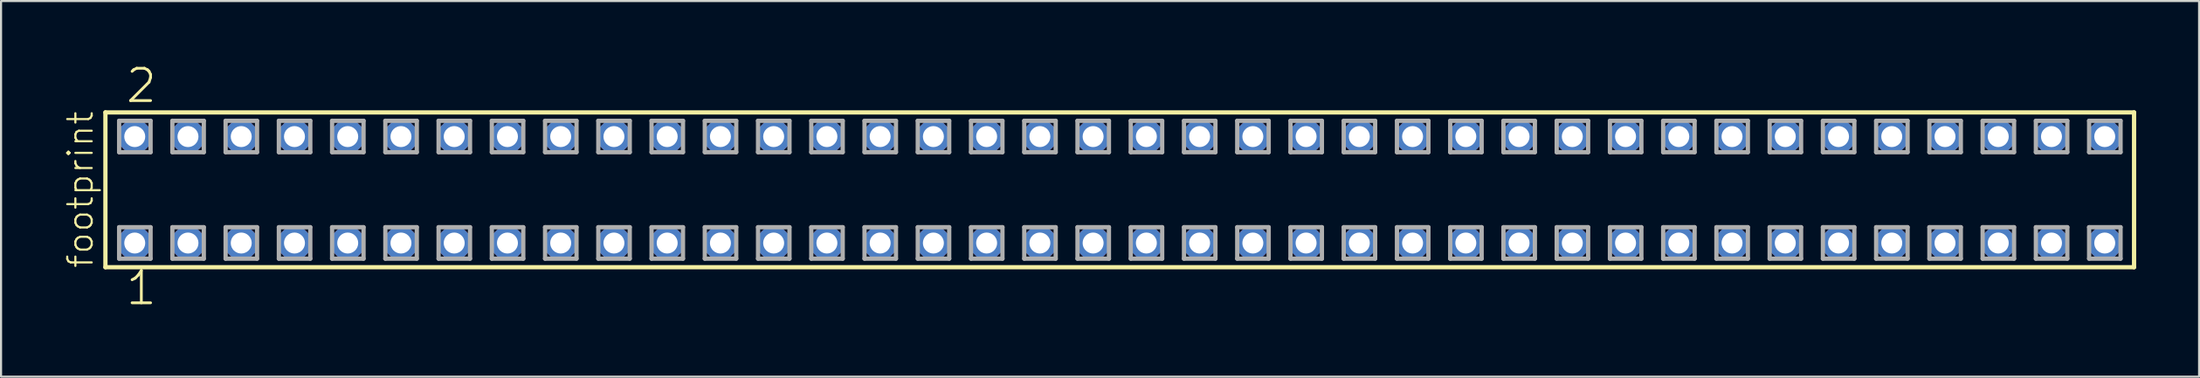
<source format=kicad_pcb>
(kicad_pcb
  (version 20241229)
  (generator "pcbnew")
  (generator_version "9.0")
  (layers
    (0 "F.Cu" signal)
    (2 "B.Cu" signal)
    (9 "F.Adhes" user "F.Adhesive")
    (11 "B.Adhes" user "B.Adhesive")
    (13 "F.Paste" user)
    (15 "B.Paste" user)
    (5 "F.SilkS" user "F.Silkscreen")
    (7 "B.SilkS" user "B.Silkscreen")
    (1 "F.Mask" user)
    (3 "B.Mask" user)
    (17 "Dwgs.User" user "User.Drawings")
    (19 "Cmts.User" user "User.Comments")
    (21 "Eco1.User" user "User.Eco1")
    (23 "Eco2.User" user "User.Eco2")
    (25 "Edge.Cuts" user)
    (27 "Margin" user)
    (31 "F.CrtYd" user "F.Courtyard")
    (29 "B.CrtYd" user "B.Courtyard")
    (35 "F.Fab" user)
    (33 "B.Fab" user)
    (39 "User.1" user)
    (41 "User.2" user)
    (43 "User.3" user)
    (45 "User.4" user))
  (footprint "footprint"
    (layer "F.Cu")
    (at 50.368 6.009)
    (property "Reference" "footprint" (at -48.895 3.81 90) (layer "F.SilkS") (effects (font (size 1.168 1.168) (thickness 0.102)) (justify left bottom)))
    (fp_line (start -48.389 -3.695) (end 48.389 -3.695) (stroke (width 0.203) (type solid)) (layer "F.SilkS"))
    (fp_line (start -48.389 3.695) (end -48.389 -3.695) (stroke (width 0.203) (type solid)) (layer "F.SilkS"))
    (fp_line (start 48.389 -3.695) (end 48.389 3.695) (stroke (width 0.203) (type solid)) (layer "F.SilkS"))
    (fp_line (start 48.389 3.695) (end -48.389 3.695) (stroke (width 0.203) (type solid)) (layer "F.SilkS"))
    (fp_line (start -47.735 -3.295) (end -46.235 -3.295) (stroke (width 0.203) (type solid)) (layer "F.Fab"))
    (fp_line (start -47.735 -1.795) (end -47.735 -3.295) (stroke (width 0.203) (type solid)) (layer "F.Fab"))
    (fp_line (start -47.735 1.785) (end -46.235 1.785) (stroke (width 0.203) (type solid)) (layer "F.Fab"))
    (fp_line (start -47.735 3.285) (end -47.735 1.785) (stroke (width 0.203) (type solid)) (layer "F.Fab"))
    (fp_line (start -46.235 -3.295) (end -46.235 -1.795) (stroke (width 0.203) (type solid)) (layer "F.Fab"))
    (fp_line (start -46.235 -1.795) (end -47.735 -1.795) (stroke (width 0.203) (type solid)) (layer "F.Fab"))
    (fp_line (start -46.235 1.785) (end -46.235 3.285) (stroke (width 0.203) (type solid)) (layer "F.Fab"))
    (fp_line (start -46.235 3.285) (end -47.735 3.285) (stroke (width 0.203) (type solid)) (layer "F.Fab"))
    (fp_line (start -45.195 -3.295) (end -43.695 -3.295) (stroke (width 0.203) (type solid)) (layer "F.Fab"))
    (fp_line (start -45.195 -1.795) (end -45.195 -3.295) (stroke (width 0.203) (type solid)) (layer "F.Fab"))
    (fp_line (start -45.195 1.785) (end -43.695 1.785) (stroke (width 0.203) (type solid)) (layer "F.Fab"))
    (fp_line (start -45.195 3.285) (end -45.195 1.785) (stroke (width 0.203) (type solid)) (layer "F.Fab"))
    (fp_line (start -43.695 -3.295) (end -43.695 -1.795) (stroke (width 0.203) (type solid)) (layer "F.Fab"))
    (fp_line (start -43.695 -1.795) (end -45.195 -1.795) (stroke (width 0.203) (type solid)) (layer "F.Fab"))
    (fp_line (start -43.695 1.785) (end -43.695 3.285) (stroke (width 0.203) (type solid)) (layer "F.Fab"))
    (fp_line (start -43.695 3.285) (end -45.195 3.285) (stroke (width 0.203) (type solid)) (layer "F.Fab"))
    (fp_line (start -42.655 -3.295) (end -41.155 -3.295) (stroke (width 0.203) (type solid)) (layer "F.Fab"))
    (fp_line (start -42.655 -1.795) (end -42.655 -3.295) (stroke (width 0.203) (type solid)) (layer "F.Fab"))
    (fp_line (start -42.655 1.785) (end -41.155 1.785) (stroke (width 0.203) (type solid)) (layer "F.Fab"))
    (fp_line (start -42.655 3.285) (end -42.655 1.785) (stroke (width 0.203) (type solid)) (layer "F.Fab"))
    (fp_line (start -41.155 -3.295) (end -41.155 -1.795) (stroke (width 0.203) (type solid)) (layer "F.Fab"))
    (fp_line (start -41.155 -1.795) (end -42.655 -1.795) (stroke (width 0.203) (type solid)) (layer "F.Fab"))
    (fp_line (start -41.155 1.785) (end -41.155 3.285) (stroke (width 0.203) (type solid)) (layer "F.Fab"))
    (fp_line (start -41.155 3.285) (end -42.655 3.285) (stroke (width 0.203) (type solid)) (layer "F.Fab"))
    (fp_line (start -40.115 -3.295) (end -38.615 -3.295) (stroke (width 0.203) (type solid)) (layer "F.Fab"))
    (fp_line (start -40.115 -1.795) (end -40.115 -3.295) (stroke (width 0.203) (type solid)) (layer "F.Fab"))
    (fp_line (start -40.115 1.785) (end -38.615 1.785) (stroke (width 0.203) (type solid)) (layer "F.Fab"))
    (fp_line (start -40.115 3.285) (end -40.115 1.785) (stroke (width 0.203) (type solid)) (layer "F.Fab"))
    (fp_line (start -38.615 -3.295) (end -38.615 -1.795) (stroke (width 0.203) (type solid)) (layer "F.Fab"))
    (fp_line (start -38.615 -1.795) (end -40.115 -1.795) (stroke (width 0.203) (type solid)) (layer "F.Fab"))
    (fp_line (start -38.615 1.785) (end -38.615 3.285) (stroke (width 0.203) (type solid)) (layer "F.Fab"))
    (fp_line (start -38.615 3.285) (end -40.115 3.285) (stroke (width 0.203) (type solid)) (layer "F.Fab"))
    (fp_line (start -37.575 -3.295) (end -36.075 -3.295) (stroke (width 0.203) (type solid)) (layer "F.Fab"))
    (fp_line (start -37.575 -1.795) (end -37.575 -3.295) (stroke (width 0.203) (type solid)) (layer "F.Fab"))
    (fp_line (start -37.575 1.785) (end -36.075 1.785) (stroke (width 0.203) (type solid)) (layer "F.Fab"))
    (fp_line (start -37.575 3.285) (end -37.575 1.785) (stroke (width 0.203) (type solid)) (layer "F.Fab"))
    (fp_line (start -36.075 -3.295) (end -36.075 -1.795) (stroke (width 0.203) (type solid)) (layer "F.Fab"))
    (fp_line (start -36.075 -1.795) (end -37.575 -1.795) (stroke (width 0.203) (type solid)) (layer "F.Fab"))
    (fp_line (start -36.075 1.785) (end -36.075 3.285) (stroke (width 0.203) (type solid)) (layer "F.Fab"))
    (fp_line (start -36.075 3.285) (end -37.575 3.285) (stroke (width 0.203) (type solid)) (layer "F.Fab"))
    (fp_line (start -35.035 -3.295) (end -33.535 -3.295) (stroke (width 0.203) (type solid)) (layer "F.Fab"))
    (fp_line (start -35.035 -1.795) (end -35.035 -3.295) (stroke (width 0.203) (type solid)) (layer "F.Fab"))
    (fp_line (start -35.035 1.785) (end -33.535 1.785) (stroke (width 0.203) (type solid)) (layer "F.Fab"))
    (fp_line (start -35.035 3.285) (end -35.035 1.785) (stroke (width 0.203) (type solid)) (layer "F.Fab"))
    (fp_line (start -33.535 -3.295) (end -33.535 -1.795) (stroke (width 0.203) (type solid)) (layer "F.Fab"))
    (fp_line (start -33.535 -1.795) (end -35.035 -1.795) (stroke (width 0.203) (type solid)) (layer "F.Fab"))
    (fp_line (start -33.535 1.785) (end -33.535 3.285) (stroke (width 0.203) (type solid)) (layer "F.Fab"))
    (fp_line (start -33.535 3.285) (end -35.035 3.285) (stroke (width 0.203) (type solid)) (layer "F.Fab"))
    (fp_line (start -32.495 -3.295) (end -30.995 -3.295) (stroke (width 0.203) (type solid)) (layer "F.Fab"))
    (fp_line (start -32.495 -1.795) (end -32.495 -3.295) (stroke (width 0.203) (type solid)) (layer "F.Fab"))
    (fp_line (start -32.495 1.785) (end -30.995 1.785) (stroke (width 0.203) (type solid)) (layer "F.Fab"))
    (fp_line (start -32.495 3.285) (end -32.495 1.785) (stroke (width 0.203) (type solid)) (layer "F.Fab"))
    (fp_line (start -30.995 -3.295) (end -30.995 -1.795) (stroke (width 0.203) (type solid)) (layer "F.Fab"))
    (fp_line (start -30.995 -1.795) (end -32.495 -1.795) (stroke (width 0.203) (type solid)) (layer "F.Fab"))
    (fp_line (start -30.995 1.785) (end -30.995 3.285) (stroke (width 0.203) (type solid)) (layer "F.Fab"))
    (fp_line (start -30.995 3.285) (end -32.495 3.285) (stroke (width 0.203) (type solid)) (layer "F.Fab"))
    (fp_line (start -29.955 -3.295) (end -28.455 -3.295) (stroke (width 0.203) (type solid)) (layer "F.Fab"))
    (fp_line (start -29.955 -1.795) (end -29.955 -3.295) (stroke (width 0.203) (type solid)) (layer "F.Fab"))
    (fp_line (start -29.955 1.785) (end -28.455 1.785) (stroke (width 0.203) (type solid)) (layer "F.Fab"))
    (fp_line (start -29.955 3.285) (end -29.955 1.785) (stroke (width 0.203) (type solid)) (layer "F.Fab"))
    (fp_line (start -28.455 -3.295) (end -28.455 -1.795) (stroke (width 0.203) (type solid)) (layer "F.Fab"))
    (fp_line (start -28.455 -1.795) (end -29.955 -1.795) (stroke (width 0.203) (type solid)) (layer "F.Fab"))
    (fp_line (start -28.455 1.785) (end -28.455 3.285) (stroke (width 0.203) (type solid)) (layer "F.Fab"))
    (fp_line (start -28.455 3.285) (end -29.955 3.285) (stroke (width 0.203) (type solid)) (layer "F.Fab"))
    (fp_line (start -27.415 -3.295) (end -25.915 -3.295) (stroke (width 0.203) (type solid)) (layer "F.Fab"))
    (fp_line (start -27.415 -1.795) (end -27.415 -3.295) (stroke (width 0.203) (type solid)) (layer "F.Fab"))
    (fp_line (start -27.415 1.785) (end -25.915 1.785) (stroke (width 0.203) (type solid)) (layer "F.Fab"))
    (fp_line (start -27.415 3.285) (end -27.415 1.785) (stroke (width 0.203) (type solid)) (layer "F.Fab"))
    (fp_line (start -25.915 -3.295) (end -25.915 -1.795) (stroke (width 0.203) (type solid)) (layer "F.Fab"))
    (fp_line (start -25.915 -1.795) (end -27.415 -1.795) (stroke (width 0.203) (type solid)) (layer "F.Fab"))
    (fp_line (start -25.915 1.785) (end -25.915 3.285) (stroke (width 0.203) (type solid)) (layer "F.Fab"))
    (fp_line (start -25.915 3.285) (end -27.415 3.285) (stroke (width 0.203) (type solid)) (layer "F.Fab"))
    (fp_line (start -24.875 -3.295) (end -23.375 -3.295) (stroke (width 0.203) (type solid)) (layer "F.Fab"))
    (fp_line (start -24.875 -1.795) (end -24.875 -3.295) (stroke (width 0.203) (type solid)) (layer "F.Fab"))
    (fp_line (start -24.875 1.785) (end -23.375 1.785) (stroke (width 0.203) (type solid)) (layer "F.Fab"))
    (fp_line (start -24.875 3.285) (end -24.875 1.785) (stroke (width 0.203) (type solid)) (layer "F.Fab"))
    (fp_line (start -23.375 -3.295) (end -23.375 -1.795) (stroke (width 0.203) (type solid)) (layer "F.Fab"))
    (fp_line (start -23.375 -1.795) (end -24.875 -1.795) (stroke (width 0.203) (type solid)) (layer "F.Fab"))
    (fp_line (start -23.375 1.785) (end -23.375 3.285) (stroke (width 0.203) (type solid)) (layer "F.Fab"))
    (fp_line (start -23.375 3.285) (end -24.875 3.285) (stroke (width 0.203) (type solid)) (layer "F.Fab"))
    (fp_line (start -22.335 -3.295) (end -20.835 -3.295) (stroke (width 0.203) (type solid)) (layer "F.Fab"))
    (fp_line (start -22.335 -1.795) (end -22.335 -3.295) (stroke (width 0.203) (type solid)) (layer "F.Fab"))
    (fp_line (start -22.335 1.785) (end -20.835 1.785) (stroke (width 0.203) (type solid)) (layer "F.Fab"))
    (fp_line (start -22.335 3.285) (end -22.335 1.785) (stroke (width 0.203) (type solid)) (layer "F.Fab"))
    (fp_line (start -20.835 -3.295) (end -20.835 -1.795) (stroke (width 0.203) (type solid)) (layer "F.Fab"))
    (fp_line (start -20.835 -1.795) (end -22.335 -1.795) (stroke (width 0.203) (type solid)) (layer "F.Fab"))
    (fp_line (start -20.835 1.785) (end -20.835 3.285) (stroke (width 0.203) (type solid)) (layer "F.Fab"))
    (fp_line (start -20.835 3.285) (end -22.335 3.285) (stroke (width 0.203) (type solid)) (layer "F.Fab"))
    (fp_line (start -19.795 -3.295) (end -18.295 -3.295) (stroke (width 0.203) (type solid)) (layer "F.Fab"))
    (fp_line (start -19.795 -1.795) (end -19.795 -3.295) (stroke (width 0.203) (type solid)) (layer "F.Fab"))
    (fp_line (start -19.795 1.785) (end -18.295 1.785) (stroke (width 0.203) (type solid)) (layer "F.Fab"))
    (fp_line (start -19.795 3.285) (end -19.795 1.785) (stroke (width 0.203) (type solid)) (layer "F.Fab"))
    (fp_line (start -18.295 -3.295) (end -18.295 -1.795) (stroke (width 0.203) (type solid)) (layer "F.Fab"))
    (fp_line (start -18.295 -1.795) (end -19.795 -1.795) (stroke (width 0.203) (type solid)) (layer "F.Fab"))
    (fp_line (start -18.295 1.785) (end -18.295 3.285) (stroke (width 0.203) (type solid)) (layer "F.Fab"))
    (fp_line (start -18.295 3.285) (end -19.795 3.285) (stroke (width 0.203) (type solid)) (layer "F.Fab"))
    (fp_line (start -17.255 -3.295) (end -15.755 -3.295) (stroke (width 0.203) (type solid)) (layer "F.Fab"))
    (fp_line (start -17.255 -1.795) (end -17.255 -3.295) (stroke (width 0.203) (type solid)) (layer "F.Fab"))
    (fp_line (start -17.255 1.785) (end -15.755 1.785) (stroke (width 0.203) (type solid)) (layer "F.Fab"))
    (fp_line (start -17.255 3.285) (end -17.255 1.785) (stroke (width 0.203) (type solid)) (layer "F.Fab"))
    (fp_line (start -15.755 -3.295) (end -15.755 -1.795) (stroke (width 0.203) (type solid)) (layer "F.Fab"))
    (fp_line (start -15.755 -1.795) (end -17.255 -1.795) (stroke (width 0.203) (type solid)) (layer "F.Fab"))
    (fp_line (start -15.755 1.785) (end -15.755 3.285) (stroke (width 0.203) (type solid)) (layer "F.Fab"))
    (fp_line (start -15.755 3.285) (end -17.255 3.285) (stroke (width 0.203) (type solid)) (layer "F.Fab"))
    (fp_line (start -14.715 -3.295) (end -13.215 -3.295) (stroke (width 0.203) (type solid)) (layer "F.Fab"))
    (fp_line (start -14.715 -1.795) (end -14.715 -3.295) (stroke (width 0.203) (type solid)) (layer "F.Fab"))
    (fp_line (start -14.715 1.785) (end -13.215 1.785) (stroke (width 0.203) (type solid)) (layer "F.Fab"))
    (fp_line (start -14.715 3.285) (end -14.715 1.785) (stroke (width 0.203) (type solid)) (layer "F.Fab"))
    (fp_line (start -13.215 -3.295) (end -13.215 -1.795) (stroke (width 0.203) (type solid)) (layer "F.Fab"))
    (fp_line (start -13.215 -1.795) (end -14.715 -1.795) (stroke (width 0.203) (type solid)) (layer "F.Fab"))
    (fp_line (start -13.215 1.785) (end -13.215 3.285) (stroke (width 0.203) (type solid)) (layer "F.Fab"))
    (fp_line (start -13.215 3.285) (end -14.715 3.285) (stroke (width 0.203) (type solid)) (layer "F.Fab"))
    (fp_line (start -12.175 -3.295) (end -10.675 -3.295) (stroke (width 0.203) (type solid)) (layer "F.Fab"))
    (fp_line (start -12.175 -1.795) (end -12.175 -3.295) (stroke (width 0.203) (type solid)) (layer "F.Fab"))
    (fp_line (start -12.175 1.785) (end -10.675 1.785) (stroke (width 0.203) (type solid)) (layer "F.Fab"))
    (fp_line (start -12.175 3.285) (end -12.175 1.785) (stroke (width 0.203) (type solid)) (layer "F.Fab"))
    (fp_line (start -10.675 -3.295) (end -10.675 -1.795) (stroke (width 0.203) (type solid)) (layer "F.Fab"))
    (fp_line (start -10.675 -1.795) (end -12.175 -1.795) (stroke (width 0.203) (type solid)) (layer "F.Fab"))
    (fp_line (start -10.675 1.785) (end -10.675 3.285) (stroke (width 0.203) (type solid)) (layer "F.Fab"))
    (fp_line (start -10.675 3.285) (end -12.175 3.285) (stroke (width 0.203) (type solid)) (layer "F.Fab"))
    (fp_line (start -9.635 -3.295) (end -8.135 -3.295) (stroke (width 0.203) (type solid)) (layer "F.Fab"))
    (fp_line (start -9.635 -1.795) (end -9.635 -3.295) (stroke (width 0.203) (type solid)) (layer "F.Fab"))
    (fp_line (start -9.635 1.785) (end -8.135 1.785) (stroke (width 0.203) (type solid)) (layer "F.Fab"))
    (fp_line (start -9.635 3.285) (end -9.635 1.785) (stroke (width 0.203) (type solid)) (layer "F.Fab"))
    (fp_line (start -8.135 -3.295) (end -8.135 -1.795) (stroke (width 0.203) (type solid)) (layer "F.Fab"))
    (fp_line (start -8.135 -1.795) (end -9.635 -1.795) (stroke (width 0.203) (type solid)) (layer "F.Fab"))
    (fp_line (start -8.135 1.785) (end -8.135 3.285) (stroke (width 0.203) (type solid)) (layer "F.Fab"))
    (fp_line (start -8.135 3.285) (end -9.635 3.285) (stroke (width 0.203) (type solid)) (layer "F.Fab"))
    (fp_line (start -7.095 -3.295) (end -5.595 -3.295) (stroke (width 0.203) (type solid)) (layer "F.Fab"))
    (fp_line (start -7.095 -1.795) (end -7.095 -3.295) (stroke (width 0.203) (type solid)) (layer "F.Fab"))
    (fp_line (start -7.095 1.785) (end -5.595 1.785) (stroke (width 0.203) (type solid)) (layer "F.Fab"))
    (fp_line (start -7.095 3.285) (end -7.095 1.785) (stroke (width 0.203) (type solid)) (layer "F.Fab"))
    (fp_line (start -5.595 -3.295) (end -5.595 -1.795) (stroke (width 0.203) (type solid)) (layer "F.Fab"))
    (fp_line (start -5.595 -1.795) (end -7.095 -1.795) (stroke (width 0.203) (type solid)) (layer "F.Fab"))
    (fp_line (start -5.595 1.785) (end -5.595 3.285) (stroke (width 0.203) (type solid)) (layer "F.Fab"))
    (fp_line (start -5.595 3.285) (end -7.095 3.285) (stroke (width 0.203) (type solid)) (layer "F.Fab"))
    (fp_line (start -4.555 -3.295) (end -3.055 -3.295) (stroke (width 0.203) (type solid)) (layer "F.Fab"))
    (fp_line (start -4.555 -1.795) (end -4.555 -3.295) (stroke (width 0.203) (type solid)) (layer "F.Fab"))
    (fp_line (start -4.555 1.785) (end -3.055 1.785) (stroke (width 0.203) (type solid)) (layer "F.Fab"))
    (fp_line (start -4.555 3.285) (end -4.555 1.785) (stroke (width 0.203) (type solid)) (layer "F.Fab"))
    (fp_line (start -3.055 -3.295) (end -3.055 -1.795) (stroke (width 0.203) (type solid)) (layer "F.Fab"))
    (fp_line (start -3.055 -1.795) (end -4.555 -1.795) (stroke (width 0.203) (type solid)) (layer "F.Fab"))
    (fp_line (start -3.055 1.785) (end -3.055 3.285) (stroke (width 0.203) (type solid)) (layer "F.Fab"))
    (fp_line (start -3.055 3.285) (end -4.555 3.285) (stroke (width 0.203) (type solid)) (layer "F.Fab"))
    (fp_line (start -2.015 -3.295) (end -0.515 -3.295) (stroke (width 0.203) (type solid)) (layer "F.Fab"))
    (fp_line (start -2.015 -1.795) (end -2.015 -3.295) (stroke (width 0.203) (type solid)) (layer "F.Fab"))
    (fp_line (start -2.015 1.785) (end -0.515 1.785) (stroke (width 0.203) (type solid)) (layer "F.Fab"))
    (fp_line (start -2.015 3.285) (end -2.015 1.785) (stroke (width 0.203) (type solid)) (layer "F.Fab"))
    (fp_line (start -0.515 -3.295) (end -0.515 -1.795) (stroke (width 0.203) (type solid)) (layer "F.Fab"))
    (fp_line (start -0.515 -1.795) (end -2.015 -1.795) (stroke (width 0.203) (type solid)) (layer "F.Fab"))
    (fp_line (start -0.515 1.785) (end -0.515 3.285) (stroke (width 0.203) (type solid)) (layer "F.Fab"))
    (fp_line (start -0.515 3.285) (end -2.015 3.285) (stroke (width 0.203) (type solid)) (layer "F.Fab"))
    (fp_line (start 0.525 -3.295) (end 2.025 -3.295) (stroke (width 0.203) (type solid)) (layer "F.Fab"))
    (fp_line (start 0.525 -1.795) (end 0.525 -3.295) (stroke (width 0.203) (type solid)) (layer "F.Fab"))
    (fp_line (start 0.525 1.785) (end 2.025 1.785) (stroke (width 0.203) (type solid)) (layer "F.Fab"))
    (fp_line (start 0.525 3.285) (end 0.525 1.785) (stroke (width 0.203) (type solid)) (layer "F.Fab"))
    (fp_line (start 2.025 -3.295) (end 2.025 -1.795) (stroke (width 0.203) (type solid)) (layer "F.Fab"))
    (fp_line (start 2.025 -1.795) (end 0.525 -1.795) (stroke (width 0.203) (type solid)) (layer "F.Fab"))
    (fp_line (start 2.025 1.785) (end 2.025 3.285) (stroke (width 0.203) (type solid)) (layer "F.Fab"))
    (fp_line (start 2.025 3.285) (end 0.525 3.285) (stroke (width 0.203) (type solid)) (layer "F.Fab"))
    (fp_line (start 3.065 -3.295) (end 4.565 -3.295) (stroke (width 0.203) (type solid)) (layer "F.Fab"))
    (fp_line (start 3.065 -1.795) (end 3.065 -3.295) (stroke (width 0.203) (type solid)) (layer "F.Fab"))
    (fp_line (start 3.065 1.785) (end 4.565 1.785) (stroke (width 0.203) (type solid)) (layer "F.Fab"))
    (fp_line (start 3.065 3.285) (end 3.065 1.785) (stroke (width 0.203) (type solid)) (layer "F.Fab"))
    (fp_line (start 4.565 -3.295) (end 4.565 -1.795) (stroke (width 0.203) (type solid)) (layer "F.Fab"))
    (fp_line (start 4.565 -1.795) (end 3.065 -1.795) (stroke (width 0.203) (type solid)) (layer "F.Fab"))
    (fp_line (start 4.565 1.785) (end 4.565 3.285) (stroke (width 0.203) (type solid)) (layer "F.Fab"))
    (fp_line (start 4.565 3.285) (end 3.065 3.285) (stroke (width 0.203) (type solid)) (layer "F.Fab"))
    (fp_line (start 5.605 -3.295) (end 7.105 -3.295) (stroke (width 0.203) (type solid)) (layer "F.Fab"))
    (fp_line (start 5.605 -1.795) (end 5.605 -3.295) (stroke (width 0.203) (type solid)) (layer "F.Fab"))
    (fp_line (start 5.605 1.785) (end 7.105 1.785) (stroke (width 0.203) (type solid)) (layer "F.Fab"))
    (fp_line (start 5.605 3.285) (end 5.605 1.785) (stroke (width 0.203) (type solid)) (layer "F.Fab"))
    (fp_line (start 7.105 -3.295) (end 7.105 -1.795) (stroke (width 0.203) (type solid)) (layer "F.Fab"))
    (fp_line (start 7.105 -1.795) (end 5.605 -1.795) (stroke (width 0.203) (type solid)) (layer "F.Fab"))
    (fp_line (start 7.105 1.785) (end 7.105 3.285) (stroke (width 0.203) (type solid)) (layer "F.Fab"))
    (fp_line (start 7.105 3.285) (end 5.605 3.285) (stroke (width 0.203) (type solid)) (layer "F.Fab"))
    (fp_line (start 8.145 -3.295) (end 9.645 -3.295) (stroke (width 0.203) (type solid)) (layer "F.Fab"))
    (fp_line (start 8.145 -1.795) (end 8.145 -3.295) (stroke (width 0.203) (type solid)) (layer "F.Fab"))
    (fp_line (start 8.145 1.785) (end 9.645 1.785) (stroke (width 0.203) (type solid)) (layer "F.Fab"))
    (fp_line (start 8.145 3.285) (end 8.145 1.785) (stroke (width 0.203) (type solid)) (layer "F.Fab"))
    (fp_line (start 9.645 -3.295) (end 9.645 -1.795) (stroke (width 0.203) (type solid)) (layer "F.Fab"))
    (fp_line (start 9.645 -1.795) (end 8.145 -1.795) (stroke (width 0.203) (type solid)) (layer "F.Fab"))
    (fp_line (start 9.645 1.785) (end 9.645 3.285) (stroke (width 0.203) (type solid)) (layer "F.Fab"))
    (fp_line (start 9.645 3.285) (end 8.145 3.285) (stroke (width 0.203) (type solid)) (layer "F.Fab"))
    (fp_line (start 10.685 -3.295) (end 12.185 -3.295) (stroke (width 0.203) (type solid)) (layer "F.Fab"))
    (fp_line (start 10.685 -1.795) (end 10.685 -3.295) (stroke (width 0.203) (type solid)) (layer "F.Fab"))
    (fp_line (start 10.685 1.785) (end 12.185 1.785) (stroke (width 0.203) (type solid)) (layer "F.Fab"))
    (fp_line (start 10.685 3.285) (end 10.685 1.785) (stroke (width 0.203) (type solid)) (layer "F.Fab"))
    (fp_line (start 12.185 -3.295) (end 12.185 -1.795) (stroke (width 0.203) (type solid)) (layer "F.Fab"))
    (fp_line (start 12.185 -1.795) (end 10.685 -1.795) (stroke (width 0.203) (type solid)) (layer "F.Fab"))
    (fp_line (start 12.185 1.785) (end 12.185 3.285) (stroke (width 0.203) (type solid)) (layer "F.Fab"))
    (fp_line (start 12.185 3.285) (end 10.685 3.285) (stroke (width 0.203) (type solid)) (layer "F.Fab"))
    (fp_line (start 13.225 -3.295) (end 14.725 -3.295) (stroke (width 0.203) (type solid)) (layer "F.Fab"))
    (fp_line (start 13.225 -1.795) (end 13.225 -3.295) (stroke (width 0.203) (type solid)) (layer "F.Fab"))
    (fp_line (start 13.225 1.785) (end 14.725 1.785) (stroke (width 0.203) (type solid)) (layer "F.Fab"))
    (fp_line (start 13.225 3.285) (end 13.225 1.785) (stroke (width 0.203) (type solid)) (layer "F.Fab"))
    (fp_line (start 14.725 -3.295) (end 14.725 -1.795) (stroke (width 0.203) (type solid)) (layer "F.Fab"))
    (fp_line (start 14.725 -1.795) (end 13.225 -1.795) (stroke (width 0.203) (type solid)) (layer "F.Fab"))
    (fp_line (start 14.725 1.785) (end 14.725 3.285) (stroke (width 0.203) (type solid)) (layer "F.Fab"))
    (fp_line (start 14.725 3.285) (end 13.225 3.285) (stroke (width 0.203) (type solid)) (layer "F.Fab"))
    (fp_line (start 15.765 -3.295) (end 17.265 -3.295) (stroke (width 0.203) (type solid)) (layer "F.Fab"))
    (fp_line (start 15.765 -1.795) (end 15.765 -3.295) (stroke (width 0.203) (type solid)) (layer "F.Fab"))
    (fp_line (start 15.765 1.785) (end 17.265 1.785) (stroke (width 0.203) (type solid)) (layer "F.Fab"))
    (fp_line (start 15.765 3.285) (end 15.765 1.785) (stroke (width 0.203) (type solid)) (layer "F.Fab"))
    (fp_line (start 17.265 -3.295) (end 17.265 -1.795) (stroke (width 0.203) (type solid)) (layer "F.Fab"))
    (fp_line (start 17.265 -1.795) (end 15.765 -1.795) (stroke (width 0.203) (type solid)) (layer "F.Fab"))
    (fp_line (start 17.265 1.785) (end 17.265 3.285) (stroke (width 0.203) (type solid)) (layer "F.Fab"))
    (fp_line (start 17.265 3.285) (end 15.765 3.285) (stroke (width 0.203) (type solid)) (layer "F.Fab"))
    (fp_line (start 18.305 -3.295) (end 19.805 -3.295) (stroke (width 0.203) (type solid)) (layer "F.Fab"))
    (fp_line (start 18.305 -1.795) (end 18.305 -3.295) (stroke (width 0.203) (type solid)) (layer "F.Fab"))
    (fp_line (start 18.305 1.785) (end 19.805 1.785) (stroke (width 0.203) (type solid)) (layer "F.Fab"))
    (fp_line (start 18.305 3.285) (end 18.305 1.785) (stroke (width 0.203) (type solid)) (layer "F.Fab"))
    (fp_line (start 19.805 -3.295) (end 19.805 -1.795) (stroke (width 0.203) (type solid)) (layer "F.Fab"))
    (fp_line (start 19.805 -1.795) (end 18.305 -1.795) (stroke (width 0.203) (type solid)) (layer "F.Fab"))
    (fp_line (start 19.805 1.785) (end 19.805 3.285) (stroke (width 0.203) (type solid)) (layer "F.Fab"))
    (fp_line (start 19.805 3.285) (end 18.305 3.285) (stroke (width 0.203) (type solid)) (layer "F.Fab"))
    (fp_line (start 20.845 -3.295) (end 22.345 -3.295) (stroke (width 0.203) (type solid)) (layer "F.Fab"))
    (fp_line (start 20.845 -1.795) (end 20.845 -3.295) (stroke (width 0.203) (type solid)) (layer "F.Fab"))
    (fp_line (start 20.845 1.785) (end 22.345 1.785) (stroke (width 0.203) (type solid)) (layer "F.Fab"))
    (fp_line (start 20.845 3.285) (end 20.845 1.785) (stroke (width 0.203) (type solid)) (layer "F.Fab"))
    (fp_line (start 22.345 -3.295) (end 22.345 -1.795) (stroke (width 0.203) (type solid)) (layer "F.Fab"))
    (fp_line (start 22.345 -1.795) (end 20.845 -1.795) (stroke (width 0.203) (type solid)) (layer "F.Fab"))
    (fp_line (start 22.345 1.785) (end 22.345 3.285) (stroke (width 0.203) (type solid)) (layer "F.Fab"))
    (fp_line (start 22.345 3.285) (end 20.845 3.285) (stroke (width 0.203) (type solid)) (layer "F.Fab"))
    (fp_line (start 23.385 -3.295) (end 24.885 -3.295) (stroke (width 0.203) (type solid)) (layer "F.Fab"))
    (fp_line (start 23.385 -1.795) (end 23.385 -3.295) (stroke (width 0.203) (type solid)) (layer "F.Fab"))
    (fp_line (start 23.385 1.785) (end 24.885 1.785) (stroke (width 0.203) (type solid)) (layer "F.Fab"))
    (fp_line (start 23.385 3.285) (end 23.385 1.785) (stroke (width 0.203) (type solid)) (layer "F.Fab"))
    (fp_line (start 24.885 -3.295) (end 24.885 -1.795) (stroke (width 0.203) (type solid)) (layer "F.Fab"))
    (fp_line (start 24.885 -1.795) (end 23.385 -1.795) (stroke (width 0.203) (type solid)) (layer "F.Fab"))
    (fp_line (start 24.885 1.785) (end 24.885 3.285) (stroke (width 0.203) (type solid)) (layer "F.Fab"))
    (fp_line (start 24.885 3.285) (end 23.385 3.285) (stroke (width 0.203) (type solid)) (layer "F.Fab"))
    (fp_line (start 25.925 -3.295) (end 27.425 -3.295) (stroke (width 0.203) (type solid)) (layer "F.Fab"))
    (fp_line (start 25.925 -1.795) (end 25.925 -3.295) (stroke (width 0.203) (type solid)) (layer "F.Fab"))
    (fp_line (start 25.925 1.785) (end 27.425 1.785) (stroke (width 0.203) (type solid)) (layer "F.Fab"))
    (fp_line (start 25.925 3.285) (end 25.925 1.785) (stroke (width 0.203) (type solid)) (layer "F.Fab"))
    (fp_line (start 27.425 -3.295) (end 27.425 -1.795) (stroke (width 0.203) (type solid)) (layer "F.Fab"))
    (fp_line (start 27.425 -1.795) (end 25.925 -1.795) (stroke (width 0.203) (type solid)) (layer "F.Fab"))
    (fp_line (start 27.425 1.785) (end 27.425 3.285) (stroke (width 0.203) (type solid)) (layer "F.Fab"))
    (fp_line (start 27.425 3.285) (end 25.925 3.285) (stroke (width 0.203) (type solid)) (layer "F.Fab"))
    (fp_line (start 28.465 -3.295) (end 29.965 -3.295) (stroke (width 0.203) (type solid)) (layer "F.Fab"))
    (fp_line (start 28.465 -1.795) (end 28.465 -3.295) (stroke (width 0.203) (type solid)) (layer "F.Fab"))
    (fp_line (start 28.465 1.785) (end 29.965 1.785) (stroke (width 0.203) (type solid)) (layer "F.Fab"))
    (fp_line (start 28.465 3.285) (end 28.465 1.785) (stroke (width 0.203) (type solid)) (layer "F.Fab"))
    (fp_line (start 29.965 -3.295) (end 29.965 -1.795) (stroke (width 0.203) (type solid)) (layer "F.Fab"))
    (fp_line (start 29.965 -1.795) (end 28.465 -1.795) (stroke (width 0.203) (type solid)) (layer "F.Fab"))
    (fp_line (start 29.965 1.785) (end 29.965 3.285) (stroke (width 0.203) (type solid)) (layer "F.Fab"))
    (fp_line (start 29.965 3.285) (end 28.465 3.285) (stroke (width 0.203) (type solid)) (layer "F.Fab"))
    (fp_line (start 31.005 -3.295) (end 32.505 -3.295) (stroke (width 0.203) (type solid)) (layer "F.Fab"))
    (fp_line (start 31.005 -1.795) (end 31.005 -3.295) (stroke (width 0.203) (type solid)) (layer "F.Fab"))
    (fp_line (start 31.005 1.785) (end 32.505 1.785) (stroke (width 0.203) (type solid)) (layer "F.Fab"))
    (fp_line (start 31.005 3.285) (end 31.005 1.785) (stroke (width 0.203) (type solid)) (layer "F.Fab"))
    (fp_line (start 32.505 -3.295) (end 32.505 -1.795) (stroke (width 0.203) (type solid)) (layer "F.Fab"))
    (fp_line (start 32.505 -1.795) (end 31.005 -1.795) (stroke (width 0.203) (type solid)) (layer "F.Fab"))
    (fp_line (start 32.505 1.785) (end 32.505 3.285) (stroke (width 0.203) (type solid)) (layer "F.Fab"))
    (fp_line (start 32.505 3.285) (end 31.005 3.285) (stroke (width 0.203) (type solid)) (layer "F.Fab"))
    (fp_line (start 33.545 -3.295) (end 35.045 -3.295) (stroke (width 0.203) (type solid)) (layer "F.Fab"))
    (fp_line (start 33.545 -1.795) (end 33.545 -3.295) (stroke (width 0.203) (type solid)) (layer "F.Fab"))
    (fp_line (start 33.545 1.785) (end 35.045 1.785) (stroke (width 0.203) (type solid)) (layer "F.Fab"))
    (fp_line (start 33.545 3.285) (end 33.545 1.785) (stroke (width 0.203) (type solid)) (layer "F.Fab"))
    (fp_line (start 35.045 -3.295) (end 35.045 -1.795) (stroke (width 0.203) (type solid)) (layer "F.Fab"))
    (fp_line (start 35.045 -1.795) (end 33.545 -1.795) (stroke (width 0.203) (type solid)) (layer "F.Fab"))
    (fp_line (start 35.045 1.785) (end 35.045 3.285) (stroke (width 0.203) (type solid)) (layer "F.Fab"))
    (fp_line (start 35.045 3.285) (end 33.545 3.285) (stroke (width 0.203) (type solid)) (layer "F.Fab"))
    (fp_line (start 36.085 -3.295) (end 37.585 -3.295) (stroke (width 0.203) (type solid)) (layer "F.Fab"))
    (fp_line (start 36.085 -1.795) (end 36.085 -3.295) (stroke (width 0.203) (type solid)) (layer "F.Fab"))
    (fp_line (start 36.085 1.785) (end 37.585 1.785) (stroke (width 0.203) (type solid)) (layer "F.Fab"))
    (fp_line (start 36.085 3.285) (end 36.085 1.785) (stroke (width 0.203) (type solid)) (layer "F.Fab"))
    (fp_line (start 37.585 -3.295) (end 37.585 -1.795) (stroke (width 0.203) (type solid)) (layer "F.Fab"))
    (fp_line (start 37.585 -1.795) (end 36.085 -1.795) (stroke (width 0.203) (type solid)) (layer "F.Fab"))
    (fp_line (start 37.585 1.785) (end 37.585 3.285) (stroke (width 0.203) (type solid)) (layer "F.Fab"))
    (fp_line (start 37.585 3.285) (end 36.085 3.285) (stroke (width 0.203) (type solid)) (layer "F.Fab"))
    (fp_line (start 38.625 -3.295) (end 40.125 -3.295) (stroke (width 0.203) (type solid)) (layer "F.Fab"))
    (fp_line (start 38.625 -1.795) (end 38.625 -3.295) (stroke (width 0.203) (type solid)) (layer "F.Fab"))
    (fp_line (start 38.625 1.785) (end 40.125 1.785) (stroke (width 0.203) (type solid)) (layer "F.Fab"))
    (fp_line (start 38.625 3.285) (end 38.625 1.785) (stroke (width 0.203) (type solid)) (layer "F.Fab"))
    (fp_line (start 40.125 -3.295) (end 40.125 -1.795) (stroke (width 0.203) (type solid)) (layer "F.Fab"))
    (fp_line (start 40.125 -1.795) (end 38.625 -1.795) (stroke (width 0.203) (type solid)) (layer "F.Fab"))
    (fp_line (start 40.125 1.785) (end 40.125 3.285) (stroke (width 0.203) (type solid)) (layer "F.Fab"))
    (fp_line (start 40.125 3.285) (end 38.625 3.285) (stroke (width 0.203) (type solid)) (layer "F.Fab"))
    (fp_line (start 41.165 -3.295) (end 42.665 -3.295) (stroke (width 0.203) (type solid)) (layer "F.Fab"))
    (fp_line (start 41.165 -1.795) (end 41.165 -3.295) (stroke (width 0.203) (type solid)) (layer "F.Fab"))
    (fp_line (start 41.165 1.785) (end 42.665 1.785) (stroke (width 0.203) (type solid)) (layer "F.Fab"))
    (fp_line (start 41.165 3.285) (end 41.165 1.785) (stroke (width 0.203) (type solid)) (layer "F.Fab"))
    (fp_line (start 42.665 -3.295) (end 42.665 -1.795) (stroke (width 0.203) (type solid)) (layer "F.Fab"))
    (fp_line (start 42.665 -1.795) (end 41.165 -1.795) (stroke (width 0.203) (type solid)) (layer "F.Fab"))
    (fp_line (start 42.665 1.785) (end 42.665 3.285) (stroke (width 0.203) (type solid)) (layer "F.Fab"))
    (fp_line (start 42.665 3.285) (end 41.165 3.285) (stroke (width 0.203) (type solid)) (layer "F.Fab"))
    (fp_line (start 43.705 -3.295) (end 45.205 -3.295) (stroke (width 0.203) (type solid)) (layer "F.Fab"))
    (fp_line (start 43.705 -1.795) (end 43.705 -3.295) (stroke (width 0.203) (type solid)) (layer "F.Fab"))
    (fp_line (start 43.705 1.785) (end 45.205 1.785) (stroke (width 0.203) (type solid)) (layer "F.Fab"))
    (fp_line (start 43.705 3.285) (end 43.705 1.785) (stroke (width 0.203) (type solid)) (layer "F.Fab"))
    (fp_line (start 45.205 -3.295) (end 45.205 -1.795) (stroke (width 0.203) (type solid)) (layer "F.Fab"))
    (fp_line (start 45.205 -1.795) (end 43.705 -1.795) (stroke (width 0.203) (type solid)) (layer "F.Fab"))
    (fp_line (start 45.205 1.785) (end 45.205 3.285) (stroke (width 0.203) (type solid)) (layer "F.Fab"))
    (fp_line (start 45.205 3.285) (end 43.705 3.285) (stroke (width 0.203) (type solid)) (layer "F.Fab"))
    (fp_line (start 46.245 -3.295) (end 47.745 -3.295) (stroke (width 0.203) (type solid)) (layer "F.Fab"))
    (fp_line (start 46.245 -1.795) (end 46.245 -3.295) (stroke (width 0.203) (type solid)) (layer "F.Fab"))
    (fp_line (start 46.245 1.785) (end 47.745 1.785) (stroke (width 0.203) (type solid)) (layer "F.Fab"))
    (fp_line (start 46.245 3.285) (end 46.245 1.785) (stroke (width 0.203) (type solid)) (layer "F.Fab"))
    (fp_line (start 47.745 -3.295) (end 47.745 -1.795) (stroke (width 0.203) (type solid)) (layer "F.Fab"))
    (fp_line (start 47.745 -1.795) (end 46.245 -1.795) (stroke (width 0.203) (type solid)) (layer "F.Fab"))
    (fp_line (start 47.745 1.785) (end 47.745 3.285) (stroke (width 0.203) (type solid)) (layer "F.Fab"))
    (fp_line (start 47.745 3.285) (end 46.245 3.285) (stroke (width 0.203) (type solid)) (layer "F.Fab"))
    (fp_text user "2" (at -47.498 -4.064 0) (layer "F.SilkS") (effects (font (size 1.542 1.542) (thickness 0.134)) (justify left bottom)))
    (fp_text user "1" (at -47.498 5.588 0) (layer "F.SilkS") (effects (font (size 1.542 1.542) (thickness 0.134)) (justify left bottom)))
    (pad "1" thru_hole roundrect (at -46.99 2.54) (size 1.5 1.5) (drill 1) (layers "*.Cu" "*.Mask") (roundrect_rratio 0.25) (chamfer_ratio 0.25) (chamfer top_left top_right bottom_left bottom_right))
    (pad "2" thru_hole roundrect (at -46.99 -2.54) (size 1.5 1.5) (drill 1) (layers "*.Cu" "*.Mask") (roundrect_rratio 0.25) (chamfer_ratio 0.25) (chamfer top_left top_right bottom_left bottom_right))
    (pad "3" thru_hole roundrect (at -44.45 2.54) (size 1.5 1.5) (drill 1) (layers "*.Cu" "*.Mask") (roundrect_rratio 0.25) (chamfer_ratio 0.25) (chamfer top_left top_right bottom_left bottom_right))
    (pad "4" thru_hole roundrect (at -44.45 -2.54) (size 1.5 1.5) (drill 1) (layers "*.Cu" "*.Mask") (roundrect_rratio 0.25) (chamfer_ratio 0.25) (chamfer top_left top_right bottom_left bottom_right))
    (pad "5" thru_hole roundrect (at -41.91 2.54) (size 1.5 1.5) (drill 1) (layers "*.Cu" "*.Mask") (roundrect_rratio 0.25) (chamfer_ratio 0.25) (chamfer top_left top_right bottom_left bottom_right))
    (pad "6" thru_hole roundrect (at -41.91 -2.54) (size 1.5 1.5) (drill 1) (layers "*.Cu" "*.Mask") (roundrect_rratio 0.25) (chamfer_ratio 0.25) (chamfer top_left top_right bottom_left bottom_right))
    (pad "7" thru_hole roundrect (at -39.37 2.54) (size 1.5 1.5) (drill 1) (layers "*.Cu" "*.Mask") (roundrect_rratio 0.25) (chamfer_ratio 0.25) (chamfer top_left top_right bottom_left bottom_right))
    (pad "8" thru_hole roundrect (at -39.37 -2.54) (size 1.5 1.5) (drill 1) (layers "*.Cu" "*.Mask") (roundrect_rratio 0.25) (chamfer_ratio 0.25) (chamfer top_left top_right bottom_left bottom_right))
    (pad "9" thru_hole roundrect (at -36.83 2.54) (size 1.5 1.5) (drill 1) (layers "*.Cu" "*.Mask") (roundrect_rratio 0.25) (chamfer_ratio 0.25) (chamfer top_left top_right bottom_left bottom_right))
    (pad "10" thru_hole roundrect (at -36.83 -2.54) (size 1.5 1.5) (drill 1) (layers "*.Cu" "*.Mask") (roundrect_rratio 0.25) (chamfer_ratio 0.25) (chamfer top_left top_right bottom_left bottom_right))
    (pad "11" thru_hole roundrect (at -34.29 2.54) (size 1.5 1.5) (drill 1) (layers "*.Cu" "*.Mask") (roundrect_rratio 0.25) (chamfer_ratio 0.25) (chamfer top_left top_right bottom_left bottom_right))
    (pad "12" thru_hole roundrect (at -34.29 -2.54) (size 1.5 1.5) (drill 1) (layers "*.Cu" "*.Mask") (roundrect_rratio 0.25) (chamfer_ratio 0.25) (chamfer top_left top_right bottom_left bottom_right))
    (pad "13" thru_hole roundrect (at -31.75 2.54) (size 1.5 1.5) (drill 1) (layers "*.Cu" "*.Mask") (roundrect_rratio 0.25) (chamfer_ratio 0.25) (chamfer top_left top_right bottom_left bottom_right))
    (pad "14" thru_hole roundrect (at -31.75 -2.54) (size 1.5 1.5) (drill 1) (layers "*.Cu" "*.Mask") (roundrect_rratio 0.25) (chamfer_ratio 0.25) (chamfer top_left top_right bottom_left bottom_right))
    (pad "15" thru_hole roundrect (at -29.21 2.54) (size 1.5 1.5) (drill 1) (layers "*.Cu" "*.Mask") (roundrect_rratio 0.25) (chamfer_ratio 0.25) (chamfer top_left top_right bottom_left bottom_right))
    (pad "16" thru_hole roundrect (at -29.21 -2.54) (size 1.5 1.5) (drill 1) (layers "*.Cu" "*.Mask") (roundrect_rratio 0.25) (chamfer_ratio 0.25) (chamfer top_left top_right bottom_left bottom_right))
    (pad "17" thru_hole roundrect (at -26.67 2.54) (size 1.5 1.5) (drill 1) (layers "*.Cu" "*.Mask") (roundrect_rratio 0.25) (chamfer_ratio 0.25) (chamfer top_left top_right bottom_left bottom_right))
    (pad "18" thru_hole roundrect (at -26.67 -2.54) (size 1.5 1.5) (drill 1) (layers "*.Cu" "*.Mask") (roundrect_rratio 0.25) (chamfer_ratio 0.25) (chamfer top_left top_right bottom_left bottom_right))
    (pad "19" thru_hole roundrect (at -24.13 2.54) (size 1.5 1.5) (drill 1) (layers "*.Cu" "*.Mask") (roundrect_rratio 0.25) (chamfer_ratio 0.25) (chamfer top_left top_right bottom_left bottom_right))
    (pad "20" thru_hole roundrect (at -24.13 -2.54) (size 1.5 1.5) (drill 1) (layers "*.Cu" "*.Mask") (roundrect_rratio 0.25) (chamfer_ratio 0.25) (chamfer top_left top_right bottom_left bottom_right))
    (pad "21" thru_hole roundrect (at -21.59 2.54) (size 1.5 1.5) (drill 1) (layers "*.Cu" "*.Mask") (roundrect_rratio 0.25) (chamfer_ratio 0.25) (chamfer top_left top_right bottom_left bottom_right))
    (pad "22" thru_hole roundrect (at -21.59 -2.54) (size 1.5 1.5) (drill 1) (layers "*.Cu" "*.Mask") (roundrect_rratio 0.25) (chamfer_ratio 0.25) (chamfer top_left top_right bottom_left bottom_right))
    (pad "23" thru_hole roundrect (at -19.05 2.54) (size 1.5 1.5) (drill 1) (layers "*.Cu" "*.Mask") (roundrect_rratio 0.25) (chamfer_ratio 0.25) (chamfer top_left top_right bottom_left bottom_right))
    (pad "24" thru_hole roundrect (at -19.05 -2.54) (size 1.5 1.5) (drill 1) (layers "*.Cu" "*.Mask") (roundrect_rratio 0.25) (chamfer_ratio 0.25) (chamfer top_left top_right bottom_left bottom_right))
    (pad "25" thru_hole roundrect (at -16.51 2.54) (size 1.5 1.5) (drill 1) (layers "*.Cu" "*.Mask") (roundrect_rratio 0.25) (chamfer_ratio 0.25) (chamfer top_left top_right bottom_left bottom_right))
    (pad "26" thru_hole roundrect (at -16.51 -2.54) (size 1.5 1.5) (drill 1) (layers "*.Cu" "*.Mask") (roundrect_rratio 0.25) (chamfer_ratio 0.25) (chamfer top_left top_right bottom_left bottom_right))
    (pad "27" thru_hole roundrect (at -13.97 2.54) (size 1.5 1.5) (drill 1) (layers "*.Cu" "*.Mask") (roundrect_rratio 0.25) (chamfer_ratio 0.25) (chamfer top_left top_right bottom_left bottom_right))
    (pad "28" thru_hole roundrect (at -13.97 -2.54) (size 1.5 1.5) (drill 1) (layers "*.Cu" "*.Mask") (roundrect_rratio 0.25) (chamfer_ratio 0.25) (chamfer top_left top_right bottom_left bottom_right))
    (pad "29" thru_hole roundrect (at -11.43 2.54) (size 1.5 1.5) (drill 1) (layers "*.Cu" "*.Mask") (roundrect_rratio 0.25) (chamfer_ratio 0.25) (chamfer top_left top_right bottom_left bottom_right))
    (pad "30" thru_hole roundrect (at -11.43 -2.54) (size 1.5 1.5) (drill 1) (layers "*.Cu" "*.Mask") (roundrect_rratio 0.25) (chamfer_ratio 0.25) (chamfer top_left top_right bottom_left bottom_right))
    (pad "31" thru_hole roundrect (at -8.89 2.54) (size 1.5 1.5) (drill 1) (layers "*.Cu" "*.Mask") (roundrect_rratio 0.25) (chamfer_ratio 0.25) (chamfer top_left top_right bottom_left bottom_right))
    (pad "32" thru_hole roundrect (at -8.89 -2.54) (size 1.5 1.5) (drill 1) (layers "*.Cu" "*.Mask") (roundrect_rratio 0.25) (chamfer_ratio 0.25) (chamfer top_left top_right bottom_left bottom_right))
    (pad "33" thru_hole roundrect (at -6.35 2.54) (size 1.5 1.5) (drill 1) (layers "*.Cu" "*.Mask") (roundrect_rratio 0.25) (chamfer_ratio 0.25) (chamfer top_left top_right bottom_left bottom_right))
    (pad "34" thru_hole roundrect (at -6.35 -2.54) (size 1.5 1.5) (drill 1) (layers "*.Cu" "*.Mask") (roundrect_rratio 0.25) (chamfer_ratio 0.25) (chamfer top_left top_right bottom_left bottom_right))
    (pad "35" thru_hole roundrect (at -3.81 2.54) (size 1.5 1.5) (drill 1) (layers "*.Cu" "*.Mask") (roundrect_rratio 0.25) (chamfer_ratio 0.25) (chamfer top_left top_right bottom_left bottom_right))
    (pad "36" thru_hole roundrect (at -3.81 -2.54) (size 1.5 1.5) (drill 1) (layers "*.Cu" "*.Mask") (roundrect_rratio 0.25) (chamfer_ratio 0.25) (chamfer top_left top_right bottom_left bottom_right))
    (pad "37" thru_hole roundrect (at -1.27 2.54) (size 1.5 1.5) (drill 1) (layers "*.Cu" "*.Mask") (roundrect_rratio 0.25) (chamfer_ratio 0.25) (chamfer top_left top_right bottom_left bottom_right))
    (pad "38" thru_hole roundrect (at -1.27 -2.54) (size 1.5 1.5) (drill 1) (layers "*.Cu" "*.Mask") (roundrect_rratio 0.25) (chamfer_ratio 0.25) (chamfer top_left top_right bottom_left bottom_right))
    (pad "39" thru_hole roundrect (at 1.27 2.54) (size 1.5 1.5) (drill 1) (layers "*.Cu" "*.Mask") (roundrect_rratio 0.25) (chamfer_ratio 0.25) (chamfer top_left top_right bottom_left bottom_right))
    (pad "40" thru_hole roundrect (at 1.27 -2.54) (size 1.5 1.5) (drill 1) (layers "*.Cu" "*.Mask") (roundrect_rratio 0.25) (chamfer_ratio 0.25) (chamfer top_left top_right bottom_left bottom_right))
    (pad "41" thru_hole roundrect (at 3.81 2.54) (size 1.5 1.5) (drill 1) (layers "*.Cu" "*.Mask") (roundrect_rratio 0.25) (chamfer_ratio 0.25) (chamfer top_left top_right bottom_left bottom_right))
    (pad "42" thru_hole roundrect (at 3.81 -2.54) (size 1.5 1.5) (drill 1) (layers "*.Cu" "*.Mask") (roundrect_rratio 0.25) (chamfer_ratio 0.25) (chamfer top_left top_right bottom_left bottom_right))
    (pad "43" thru_hole roundrect (at 6.35 2.54) (size 1.5 1.5) (drill 1) (layers "*.Cu" "*.Mask") (roundrect_rratio 0.25) (chamfer_ratio 0.25) (chamfer top_left top_right bottom_left bottom_right))
    (pad "44" thru_hole roundrect (at 6.35 -2.54) (size 1.5 1.5) (drill 1) (layers "*.Cu" "*.Mask") (roundrect_rratio 0.25) (chamfer_ratio 0.25) (chamfer top_left top_right bottom_left bottom_right))
    (pad "45" thru_hole roundrect (at 8.89 2.54) (size 1.5 1.5) (drill 1) (layers "*.Cu" "*.Mask") (roundrect_rratio 0.25) (chamfer_ratio 0.25) (chamfer top_left top_right bottom_left bottom_right))
    (pad "46" thru_hole roundrect (at 8.89 -2.54) (size 1.5 1.5) (drill 1) (layers "*.Cu" "*.Mask") (roundrect_rratio 0.25) (chamfer_ratio 0.25) (chamfer top_left top_right bottom_left bottom_right))
    (pad "47" thru_hole roundrect (at 11.43 2.54) (size 1.5 1.5) (drill 1) (layers "*.Cu" "*.Mask") (roundrect_rratio 0.25) (chamfer_ratio 0.25) (chamfer top_left top_right bottom_left bottom_right))
    (pad "48" thru_hole roundrect (at 11.43 -2.54) (size 1.5 1.5) (drill 1) (layers "*.Cu" "*.Mask") (roundrect_rratio 0.25) (chamfer_ratio 0.25) (chamfer top_left top_right bottom_left bottom_right))
    (pad "49" thru_hole roundrect (at 13.97 2.54) (size 1.5 1.5) (drill 1) (layers "*.Cu" "*.Mask") (roundrect_rratio 0.25) (chamfer_ratio 0.25) (chamfer top_left top_right bottom_left bottom_right))
    (pad "50" thru_hole roundrect (at 13.97 -2.54) (size 1.5 1.5) (drill 1) (layers "*.Cu" "*.Mask") (roundrect_rratio 0.25) (chamfer_ratio 0.25) (chamfer top_left top_right bottom_left bottom_right))
    (pad "51" thru_hole roundrect (at 16.51 2.54) (size 1.5 1.5) (drill 1) (layers "*.Cu" "*.Mask") (roundrect_rratio 0.25) (chamfer_ratio 0.25) (chamfer top_left top_right bottom_left bottom_right))
    (pad "52" thru_hole roundrect (at 16.51 -2.54) (size 1.5 1.5) (drill 1) (layers "*.Cu" "*.Mask") (roundrect_rratio 0.25) (chamfer_ratio 0.25) (chamfer top_left top_right bottom_left bottom_right))
    (pad "53" thru_hole roundrect (at 19.05 2.54) (size 1.5 1.5) (drill 1) (layers "*.Cu" "*.Mask") (roundrect_rratio 0.25) (chamfer_ratio 0.25) (chamfer top_left top_right bottom_left bottom_right))
    (pad "54" thru_hole roundrect (at 19.05 -2.54) (size 1.5 1.5) (drill 1) (layers "*.Cu" "*.Mask") (roundrect_rratio 0.25) (chamfer_ratio 0.25) (chamfer top_left top_right bottom_left bottom_right))
    (pad "55" thru_hole roundrect (at 21.59 2.54) (size 1.5 1.5) (drill 1) (layers "*.Cu" "*.Mask") (roundrect_rratio 0.25) (chamfer_ratio 0.25) (chamfer top_left top_right bottom_left bottom_right))
    (pad "56" thru_hole roundrect (at 21.59 -2.54) (size 1.5 1.5) (drill 1) (layers "*.Cu" "*.Mask") (roundrect_rratio 0.25) (chamfer_ratio 0.25) (chamfer top_left top_right bottom_left bottom_right))
    (pad "57" thru_hole roundrect (at 24.13 2.54) (size 1.5 1.5) (drill 1) (layers "*.Cu" "*.Mask") (roundrect_rratio 0.25) (chamfer_ratio 0.25) (chamfer top_left top_right bottom_left bottom_right))
    (pad "58" thru_hole roundrect (at 24.13 -2.54) (size 1.5 1.5) (drill 1) (layers "*.Cu" "*.Mask") (roundrect_rratio 0.25) (chamfer_ratio 0.25) (chamfer top_left top_right bottom_left bottom_right))
    (pad "59" thru_hole roundrect (at 26.67 2.54) (size 1.5 1.5) (drill 1) (layers "*.Cu" "*.Mask") (roundrect_rratio 0.25) (chamfer_ratio 0.25) (chamfer top_left top_right bottom_left bottom_right))
    (pad "60" thru_hole roundrect (at 26.67 -2.54) (size 1.5 1.5) (drill 1) (layers "*.Cu" "*.Mask") (roundrect_rratio 0.25) (chamfer_ratio 0.25) (chamfer top_left top_right bottom_left bottom_right))
    (pad "61" thru_hole roundrect (at 29.21 2.54) (size 1.5 1.5) (drill 1) (layers "*.Cu" "*.Mask") (roundrect_rratio 0.25) (chamfer_ratio 0.25) (chamfer top_left top_right bottom_left bottom_right))
    (pad "62" thru_hole roundrect (at 29.21 -2.54) (size 1.5 1.5) (drill 1) (layers "*.Cu" "*.Mask") (roundrect_rratio 0.25) (chamfer_ratio 0.25) (chamfer top_left top_right bottom_left bottom_right))
    (pad "63" thru_hole roundrect (at 31.75 2.54) (size 1.5 1.5) (drill 1) (layers "*.Cu" "*.Mask") (roundrect_rratio 0.25) (chamfer_ratio 0.25) (chamfer top_left top_right bottom_left bottom_right))
    (pad "64" thru_hole roundrect (at 31.75 -2.54) (size 1.5 1.5) (drill 1) (layers "*.Cu" "*.Mask") (roundrect_rratio 0.25) (chamfer_ratio 0.25) (chamfer top_left top_right bottom_left bottom_right))
    (pad "65" thru_hole roundrect (at 34.29 2.54) (size 1.5 1.5) (drill 1) (layers "*.Cu" "*.Mask") (roundrect_rratio 0.25) (chamfer_ratio 0.25) (chamfer top_left top_right bottom_left bottom_right))
    (pad "66" thru_hole roundrect (at 34.29 -2.54) (size 1.5 1.5) (drill 1) (layers "*.Cu" "*.Mask") (roundrect_rratio 0.25) (chamfer_ratio 0.25) (chamfer top_left top_right bottom_left bottom_right))
    (pad "67" thru_hole roundrect (at 36.83 2.54) (size 1.5 1.5) (drill 1) (layers "*.Cu" "*.Mask") (roundrect_rratio 0.25) (chamfer_ratio 0.25) (chamfer top_left top_right bottom_left bottom_right))
    (pad "68" thru_hole roundrect (at 36.83 -2.54) (size 1.5 1.5) (drill 1) (layers "*.Cu" "*.Mask") (roundrect_rratio 0.25) (chamfer_ratio 0.25) (chamfer top_left top_right bottom_left bottom_right))
    (pad "69" thru_hole roundrect (at 39.37 2.54) (size 1.5 1.5) (drill 1) (layers "*.Cu" "*.Mask") (roundrect_rratio 0.25) (chamfer_ratio 0.25) (chamfer top_left top_right bottom_left bottom_right))
    (pad "70" thru_hole roundrect (at 39.37 -2.54) (size 1.5 1.5) (drill 1) (layers "*.Cu" "*.Mask") (roundrect_rratio 0.25) (chamfer_ratio 0.25) (chamfer top_left top_right bottom_left bottom_right))
    (pad "71" thru_hole roundrect (at 41.91 2.54) (size 1.5 1.5) (drill 1) (layers "*.Cu" "*.Mask") (roundrect_rratio 0.25) (chamfer_ratio 0.25) (chamfer top_left top_right bottom_left bottom_right))
    (pad "72" thru_hole roundrect (at 41.91 -2.54) (size 1.5 1.5) (drill 1) (layers "*.Cu" "*.Mask") (roundrect_rratio 0.25) (chamfer_ratio 0.25) (chamfer top_left top_right bottom_left bottom_right))
    (pad "73" thru_hole roundrect (at 44.45 2.54) (size 1.5 1.5) (drill 1) (layers "*.Cu" "*.Mask") (roundrect_rratio 0.25) (chamfer_ratio 0.25) (chamfer top_left top_right bottom_left bottom_right))
    (pad "74" thru_hole roundrect (at 44.45 -2.54) (size 1.5 1.5) (drill 1) (layers "*.Cu" "*.Mask") (roundrect_rratio 0.25) (chamfer_ratio 0.25) (chamfer top_left top_right bottom_left bottom_right))
    (pad "75" thru_hole roundrect (at 46.99 2.54) (size 1.5 1.5) (drill 1) (layers "*.Cu" "*.Mask") (roundrect_rratio 0.25) (chamfer_ratio 0.25) (chamfer top_left top_right bottom_left bottom_right))
    (pad "76" thru_hole roundrect (at 46.99 -2.54) (size 1.5 1.5) (drill 1) (layers "*.Cu" "*.Mask") (roundrect_rratio 0.25) (chamfer_ratio 0.25) (chamfer top_left top_right bottom_left bottom_right)))
  (gr_rect
    (start -3 -3)
    (end 101.859 14.927)
    (stroke (width 0.1) (type default))
    (fill no)
    (layer "Edge.Cuts")))
</source>
